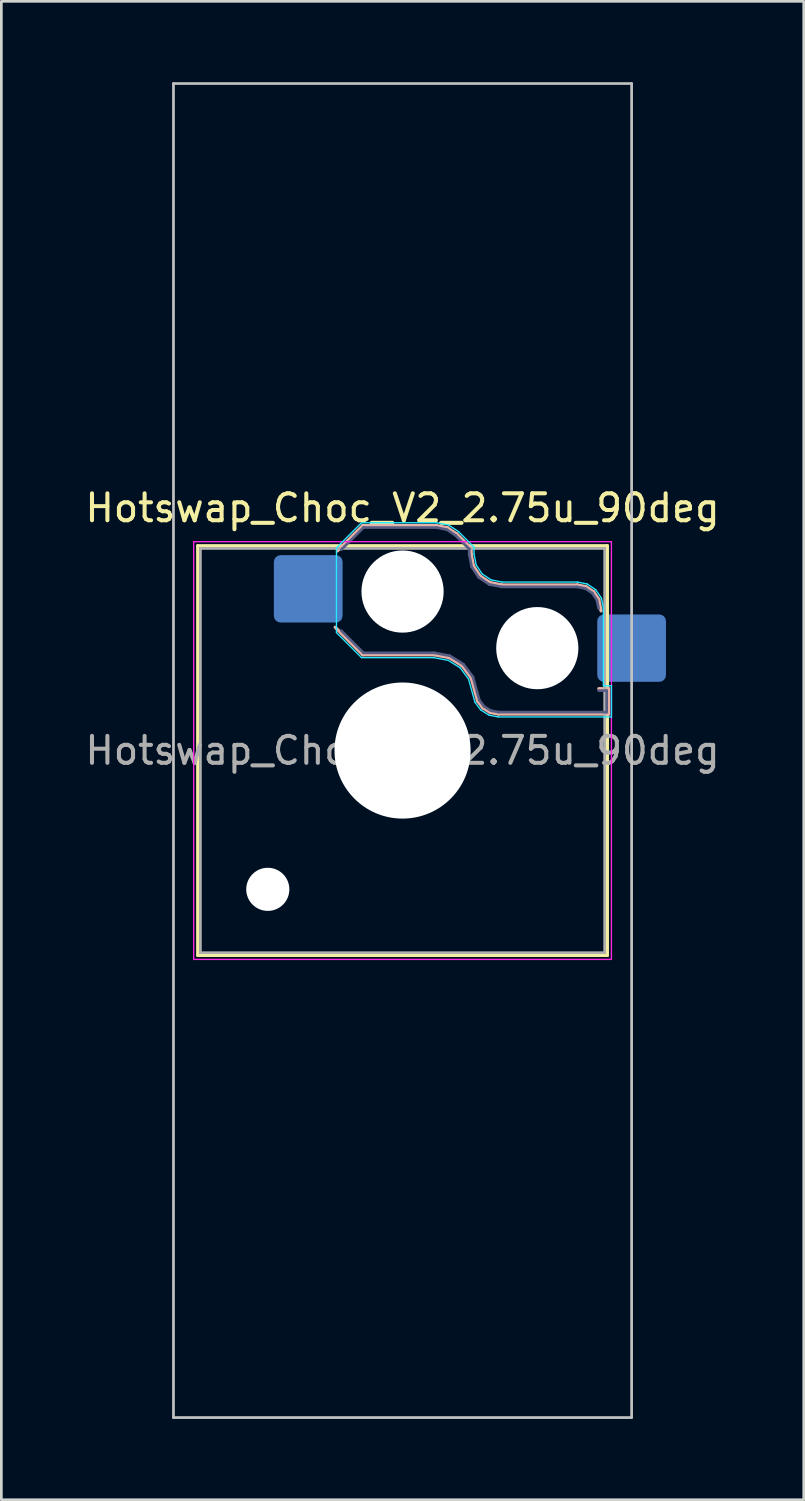
<source format=kicad_pcb>
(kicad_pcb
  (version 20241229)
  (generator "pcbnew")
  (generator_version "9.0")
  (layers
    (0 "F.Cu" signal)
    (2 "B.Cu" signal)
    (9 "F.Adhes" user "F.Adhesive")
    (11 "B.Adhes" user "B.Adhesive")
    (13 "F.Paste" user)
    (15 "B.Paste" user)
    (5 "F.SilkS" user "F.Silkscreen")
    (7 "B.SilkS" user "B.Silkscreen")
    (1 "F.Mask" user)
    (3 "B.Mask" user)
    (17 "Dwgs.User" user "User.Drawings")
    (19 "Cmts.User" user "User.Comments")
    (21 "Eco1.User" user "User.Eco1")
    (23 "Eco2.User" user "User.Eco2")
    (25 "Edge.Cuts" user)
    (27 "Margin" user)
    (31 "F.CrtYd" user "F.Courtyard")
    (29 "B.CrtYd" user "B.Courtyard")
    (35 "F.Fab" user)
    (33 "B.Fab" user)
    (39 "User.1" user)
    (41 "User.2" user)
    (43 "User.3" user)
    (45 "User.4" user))
  (footprint "Hotswap_Choc_V2_2.75u_90deg"
    (layer "F.Cu")
    (at 11.887 24.8)
    (property "Reference" "Hotswap_Choc_V2_2.75u_90deg" (at 0 -9 0) (layer "F.SilkS") (effects (font (size 1 1) (thickness 0.15))))
    (attr smd)
    (fp_line (start -7.6 -7.6) (end -7.6 7.6) (stroke (width 0.12) (type solid)) (layer "F.SilkS"))
    (fp_line (start -7.6 7.6) (end 7.6 7.6) (stroke (width 0.12) (type solid)) (layer "F.SilkS"))
    (fp_line (start 7.6 -7.6) (end -7.6 -7.6) (stroke (width 0.12) (type solid)) (layer "F.SilkS"))
    (fp_line (start 7.6 7.6) (end 7.6 -7.6) (stroke (width 0.12) (type solid)) (layer "F.SilkS"))
    (fp_line (start -2.416 -7.409) (end -1.479 -8.346) (stroke (width 0.12) (type solid)) (layer "B.SilkS"))
    (fp_line (start -1.479 -8.346) (end 1.268 -8.346) (stroke (width 0.12) (type solid)) (layer "B.SilkS"))
    (fp_line (start -1.479 -3.554) (end -2.5 -4.575) (stroke (width 0.12) (type solid)) (layer "B.SilkS"))
    (fp_line (start 1.168 -3.554) (end -1.479 -3.554) (stroke (width 0.12) (type solid)) (layer "B.SilkS"))
    (fp_line (start 1.268 -8.346) (end 1.671 -8.266) (stroke (width 0.12) (type solid)) (layer "B.SilkS"))
    (fp_line (start 1.671 -8.266) (end 2.013 -8.037) (stroke (width 0.12) (type solid)) (layer "B.SilkS"))
    (fp_line (start 1.73 -3.449) (end 1.168 -3.554) (stroke (width 0.12) (type solid)) (layer "B.SilkS"))
    (fp_line (start 2.013 -8.037) (end 2.546 -7.504) (stroke (width 0.12) (type solid)) (layer "B.SilkS"))
    (fp_line (start 2.209 -3.15) (end 1.73 -3.449) (stroke (width 0.12) (type solid)) (layer "B.SilkS"))
    (fp_line (start 2.546 -7.504) (end 2.546 -7.282) (stroke (width 0.12) (type solid)) (layer "B.SilkS"))
    (fp_line (start 2.546 -7.282) (end 2.633 -6.844) (stroke (width 0.12) (type solid)) (layer "B.SilkS"))
    (fp_line (start 2.547 -2.697) (end 2.209 -3.15) (stroke (width 0.12) (type solid)) (layer "B.SilkS"))
    (fp_line (start 2.633 -6.844) (end 2.877 -6.477) (stroke (width 0.12) (type solid)) (layer "B.SilkS"))
    (fp_line (start 2.701 -2.139) (end 2.547 -2.697) (stroke (width 0.12) (type solid)) (layer "B.SilkS"))
    (fp_line (start 2.783 -1.841) (end 2.701 -2.139) (stroke (width 0.12) (type solid)) (layer "B.SilkS"))
    (fp_line (start 2.877 -6.477) (end 3.244 -6.233) (stroke (width 0.12) (type solid)) (layer "B.SilkS"))
    (fp_line (start 2.976 -1.583) (end 2.783 -1.841) (stroke (width 0.12) (type solid)) (layer "B.SilkS"))
    (fp_line (start 3.244 -6.233) (end 3.682 -6.146) (stroke (width 0.12) (type solid)) (layer "B.SilkS"))
    (fp_line (start 3.25 -1.413) (end 2.976 -1.583) (stroke (width 0.12) (type solid)) (layer "B.SilkS"))
    (fp_line (start 3.56 -1.354) (end 3.25 -1.413) (stroke (width 0.12) (type solid)) (layer "B.SilkS"))
    (fp_line (start 3.682 -6.146) (end 6.482 -6.146) (stroke (width 0.12) (type solid)) (layer "B.SilkS"))
    (fp_line (start 6.482 -6.146) (end 6.809 -6.081) (stroke (width 0.12) (type solid)) (layer "B.SilkS"))
    (fp_line (start 6.809 -6.081) (end 7.092 -5.892) (stroke (width 0.12) (type solid)) (layer "B.SilkS"))
    (fp_line (start 7.092 -5.892) (end 7.281 -5.609) (stroke (width 0.12) (type solid)) (layer "B.SilkS"))
    (fp_line (start 7.281 -5.609) (end 7.366 -5.182) (stroke (width 0.12) (type solid)) (layer "B.SilkS"))
    (fp_line (start 7.283 -2.296) (end 7.646 -2.296) (stroke (width 0.12) (type solid)) (layer "B.SilkS"))
    (fp_line (start 7.646 -2.296) (end 7.646 -1.354) (stroke (width 0.12) (type solid)) (layer "B.SilkS"))
    (fp_line (start 7.646 -1.354) (end 3.56 -1.354) (stroke (width 0.12) (type solid)) (layer "B.SilkS"))
    (fp_line (start -8.5 -24.75) (end 8.5 -24.75) (stroke (width 0.1) (type solid)) (layer "Dwgs.User"))
    (fp_line (start -8.5 24.75) (end -8.5 -24.75) (stroke (width 0.1) (type solid)) (layer "Dwgs.User"))
    (fp_line (start 8.5 -24.75) (end 8.5 24.75) (stroke (width 0.1) (type solid)) (layer "Dwgs.User"))
    (fp_line (start 8.5 24.75) (end -8.5 24.75) (stroke (width 0.1) (type solid)) (layer "Dwgs.User"))
    (fp_line (start -7.25 -7.25) (end -7.25 7.25) (stroke (width 0.1) (type solid)) (layer "Eco1.User"))
    (fp_line (start -7.25 7.25) (end 7.25 7.25) (stroke (width 0.1) (type solid)) (layer "Eco1.User"))
    (fp_line (start 7.25 -7.25) (end -7.25 -7.25) (stroke (width 0.1) (type solid)) (layer "Eco1.User"))
    (fp_line (start 7.25 7.25) (end 7.25 -7.25) (stroke (width 0.1) (type solid)) (layer "Eco1.User"))
    (fp_line (start -2.452 -7.523) (end -1.523 -8.452) (stroke (width 0.05) (type solid)) (layer "B.CrtYd"))
    (fp_line (start -2.452 -4.377) (end -2.452 -7.523) (stroke (width 0.05) (type solid)) (layer "B.CrtYd"))
    (fp_line (start -1.523 -8.452) (end 1.278 -8.452) (stroke (width 0.05) (type solid)) (layer "B.CrtYd"))
    (fp_line (start -1.523 -3.448) (end -2.452 -4.377) (stroke (width 0.05) (type solid)) (layer "B.CrtYd"))
    (fp_line (start 1.159 -3.448) (end -1.523 -3.448) (stroke (width 0.05) (type solid)) (layer "B.CrtYd"))
    (fp_line (start 1.278 -8.452) (end 1.712 -8.366) (stroke (width 0.05) (type solid)) (layer "B.CrtYd"))
    (fp_line (start 1.691 -3.348) (end 1.159 -3.448) (stroke (width 0.05) (type solid)) (layer "B.CrtYd"))
    (fp_line (start 1.712 -8.366) (end 2.081 -8.119) (stroke (width 0.05) (type solid)) (layer "B.CrtYd"))
    (fp_line (start 2.081 -8.119) (end 2.652 -7.548) (stroke (width 0.05) (type solid)) (layer "B.CrtYd"))
    (fp_line (start 2.136 -3.071) (end 1.691 -3.348) (stroke (width 0.05) (type solid)) (layer "B.CrtYd"))
    (fp_line (start 2.45 -2.65) (end 2.136 -3.071) (stroke (width 0.05) (type solid)) (layer "B.CrtYd"))
    (fp_line (start 2.599 -2.111) (end 2.45 -2.65) (stroke (width 0.05) (type solid)) (layer "B.CrtYd"))
    (fp_line (start 2.652 -7.548) (end 2.652 -7.292) (stroke (width 0.05) (type solid)) (layer "B.CrtYd"))
    (fp_line (start 2.652 -7.292) (end 2.733 -6.885) (stroke (width 0.05) (type solid)) (layer "B.CrtYd"))
    (fp_line (start 2.687 -1.794) (end 2.599 -2.111) (stroke (width 0.05) (type solid)) (layer "B.CrtYd"))
    (fp_line (start 2.733 -6.885) (end 2.953 -6.553) (stroke (width 0.05) (type solid)) (layer "B.CrtYd"))
    (fp_line (start 2.903 -1.503) (end 2.687 -1.794) (stroke (width 0.05) (type solid)) (layer "B.CrtYd"))
    (fp_line (start 2.953 -6.553) (end 3.285 -6.333) (stroke (width 0.05) (type solid)) (layer "B.CrtYd"))
    (fp_line (start 3.211 -1.312) (end 2.903 -1.503) (stroke (width 0.05) (type solid)) (layer "B.CrtYd"))
    (fp_line (start 3.285 -6.333) (end 3.692 -6.252) (stroke (width 0.05) (type solid)) (layer "B.CrtYd"))
    (fp_line (start 3.55 -1.248) (end 3.211 -1.312) (stroke (width 0.05) (type solid)) (layer "B.CrtYd"))
    (fp_line (start 3.692 -6.252) (end 6.492 -6.252) (stroke (width 0.05) (type solid)) (layer "B.CrtYd"))
    (fp_line (start 6.492 -6.252) (end 6.85 -6.181) (stroke (width 0.05) (type solid)) (layer "B.CrtYd"))
    (fp_line (start 6.85 -6.181) (end 7.168 -5.968) (stroke (width 0.05) (type solid)) (layer "B.CrtYd"))
    (fp_line (start 7.168 -5.968) (end 7.381 -5.65) (stroke (width 0.05) (type solid)) (layer "B.CrtYd"))
    (fp_line (start 7.381 -5.65) (end 7.452 -5.292) (stroke (width 0.05) (type solid)) (layer "B.CrtYd"))
    (fp_line (start 7.452 -5.292) (end 7.452 -2.402) (stroke (width 0.05) (type solid)) (layer "B.CrtYd"))
    (fp_line (start 7.452 -2.402) (end 7.752 -2.402) (stroke (width 0.05) (type solid)) (layer "B.CrtYd"))
    (fp_line (start 7.752 -2.402) (end 7.752 -1.248) (stroke (width 0.05) (type solid)) (layer "B.CrtYd"))
    (fp_line (start 7.752 -1.248) (end 3.55 -1.248) (stroke (width 0.05) (type solid)) (layer "B.CrtYd"))
    (fp_line (start -7.75 -7.75) (end -7.75 7.75) (stroke (width 0.05) (type solid)) (layer "F.CrtYd"))
    (fp_line (start -7.75 7.75) (end 7.75 7.75) (stroke (width 0.05) (type solid)) (layer "F.CrtYd"))
    (fp_line (start 7.75 -7.75) (end -7.75 -7.75) (stroke (width 0.05) (type solid)) (layer "F.CrtYd"))
    (fp_line (start 7.75 7.75) (end 7.75 -7.75) (stroke (width 0.05) (type solid)) (layer "F.CrtYd"))
    (fp_line (start -2.275 -7.45) (end -1.45 -8.275) (stroke (width 0.1) (type solid)) (layer "B.Fab"))
    (fp_line (start -1.45 -8.275) (end 1.261 -8.275) (stroke (width 0.1) (type solid)) (layer "B.Fab"))
    (fp_line (start -1.45 -3.625) (end -2.275 -4.45) (stroke (width 0.1) (type solid)) (layer "B.Fab"))
    (fp_line (start 1.175 -3.625) (end -1.45 -3.625) (stroke (width 0.1) (type solid)) (layer "B.Fab"))
    (fp_line (start 1.261 -8.275) (end 1.643 -8.199) (stroke (width 0.1) (type solid)) (layer "B.Fab"))
    (fp_line (start 1.643 -8.199) (end 1.968 -7.982) (stroke (width 0.1) (type solid)) (layer "B.Fab"))
    (fp_line (start 1.756 -3.516) (end 1.175 -3.625) (stroke (width 0.1) (type solid)) (layer "B.Fab"))
    (fp_line (start 1.968 -7.982) (end 2.475 -7.475) (stroke (width 0.1) (type solid)) (layer "B.Fab"))
    (fp_line (start 2.258 -3.203) (end 1.756 -3.516) (stroke (width 0.1) (type solid)) (layer "B.Fab"))
    (fp_line (start 2.475 -7.475) (end 2.475 -7.275) (stroke (width 0.1) (type solid)) (layer "B.Fab"))
    (fp_line (start 2.475 -7.275) (end 2.566 -6.816) (stroke (width 0.1) (type solid)) (layer "B.Fab"))
    (fp_line (start 2.566 -6.816) (end 2.826 -6.426) (stroke (width 0.1) (type solid)) (layer "B.Fab"))
    (fp_line (start 2.612 -2.729) (end 2.258 -3.203) (stroke (width 0.1) (type solid)) (layer "B.Fab"))
    (fp_line (start 2.769 -2.158) (end 2.612 -2.729) (stroke (width 0.1) (type solid)) (layer "B.Fab"))
    (fp_line (start 2.826 -6.426) (end 3.216 -6.166) (stroke (width 0.1) (type solid)) (layer "B.Fab"))
    (fp_line (start 2.848 -1.873) (end 2.769 -2.158) (stroke (width 0.1) (type solid)) (layer "B.Fab"))
    (fp_line (start 3.025 -1.636) (end 2.848 -1.873) (stroke (width 0.1) (type solid)) (layer "B.Fab"))
    (fp_line (start 3.216 -6.166) (end 3.675 -6.075) (stroke (width 0.1) (type solid)) (layer "B.Fab"))
    (fp_line (start 3.276 -1.48) (end 3.025 -1.636) (stroke (width 0.1) (type solid)) (layer "B.Fab"))
    (fp_line (start 3.567 -1.425) (end 3.276 -1.48) (stroke (width 0.1) (type solid)) (layer "B.Fab"))
    (fp_line (start 3.675 -6.075) (end 6.475 -6.075) (stroke (width 0.1) (type solid)) (layer "B.Fab"))
    (fp_line (start 6.475 -6.075) (end 6.781 -6.014) (stroke (width 0.1) (type solid)) (layer "B.Fab"))
    (fp_line (start 6.781 -6.014) (end 7.041 -5.841) (stroke (width 0.1) (type solid)) (layer "B.Fab"))
    (fp_line (start 7.041 -5.841) (end 7.214 -5.581) (stroke (width 0.1) (type solid)) (layer "B.Fab"))
    (fp_line (start 7.214 -5.581) (end 7.275 -5.275) (stroke (width 0.1) (type solid)) (layer "B.Fab"))
    (fp_line (start 7.275 -2.225) (end 7.575 -2.225) (stroke (width 0.1) (type solid)) (layer "B.Fab"))
    (fp_line (start 7.575 -2.225) (end 7.575 -1.425) (stroke (width 0.1) (type solid)) (layer "B.Fab"))
    (fp_line (start 7.575 -1.425) (end 3.567 -1.425) (stroke (width 0.1) (type solid)) (layer "B.Fab"))
    (fp_line (start -7.5 -7.5) (end -7.5 7.5) (stroke (width 0.1) (type solid)) (layer "F.Fab"))
    (fp_line (start -7.5 7.5) (end 7.5 7.5) (stroke (width 0.1) (type solid)) (layer "F.Fab"))
    (fp_line (start 7.5 -7.5) (end -7.5 -7.5) (stroke (width 0.1) (type solid)) (layer "F.Fab"))
    (fp_line (start 7.5 7.5) (end 7.5 -7.5) (stroke (width 0.1) (type solid)) (layer "F.Fab"))
    (fp_text user "${REFERENCE}" (at 0 0 0) (layer "F.Fab") (effects (font (size 1 1) (thickness 0.15))))
    (pad "" np_thru_hole circle (at -5 5.15) (size 1.6 1.6) (drill 1.6) (layers "*.Cu" "*.Mask"))
    (pad "" np_thru_hole circle (at 0 -5.9) (size 3.05 3.05) (drill 3.05) (layers "*.Cu" "*.Mask"))
    (pad "" np_thru_hole circle (at 0 0) (size 5.05 5.05) (drill 5.05) (layers "*.Cu" "*.Mask"))
    (pad "" np_thru_hole circle (at 5 -3.8) (size 3.05 3.05) (drill 3.05) (layers "*.Cu" "*.Mask"))
    (pad "1" smd roundrect (at -3.5 -6) (size 2.55 2.5) (layers "B.Cu" "B.Mask" "B.Paste") (roundrect_rratio 0.1))
    (pad "2" smd roundrect (at 8.5 -3.8) (size 2.55 2.5) (layers "B.Cu" "B.Mask" "B.Paste") (roundrect_rratio 0.1)))
  (gr_rect
    (start -3 -3)
    (end 26.774 52.6)
    (stroke (width 0.1) (type default))
    (fill no)
    (layer "Edge.Cuts")))
</source>
